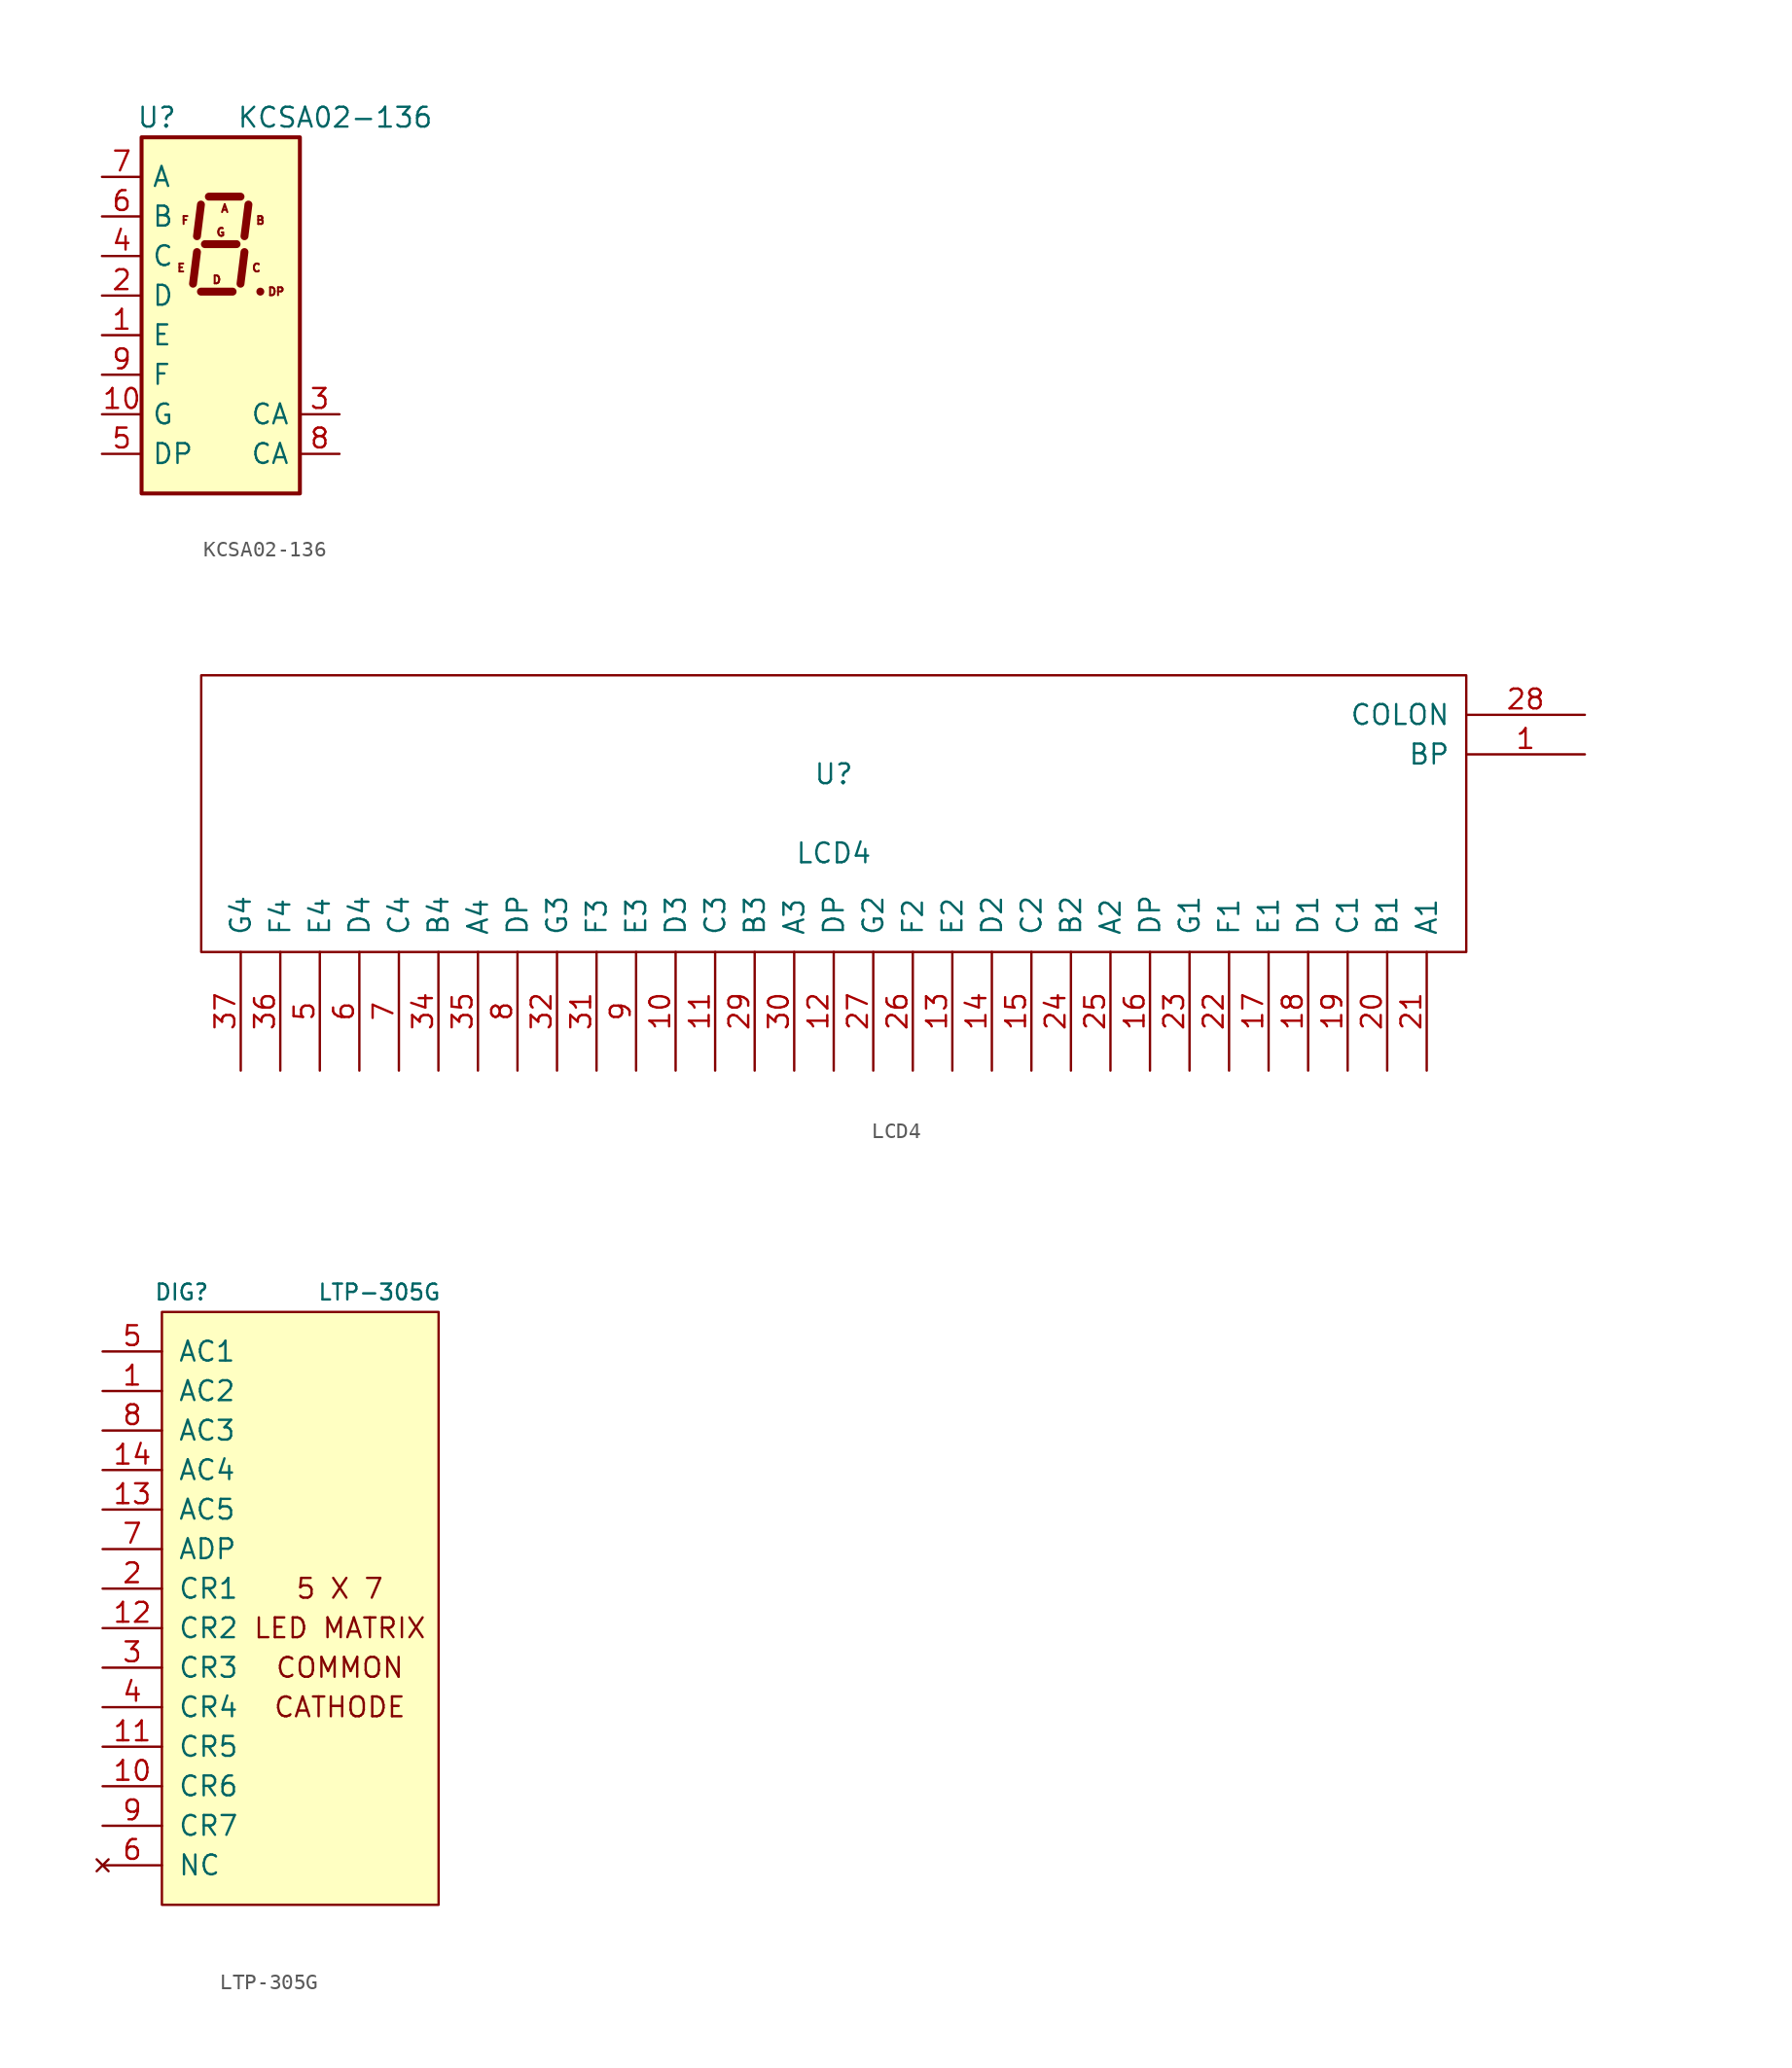
<source format=kicad_sym>
(kicad_symbol_lib
  (version 20231120)
  (generator "kicad_symbol_editor")
  (generator_version "8.0")
  (symbol "KCSA02-136"
    (pin_names
      (offset 0.635))
    (property "Reference" "U"
      (at -2.794 11.43 0)
      (effects (font (size 1.27 1.27)) (justify right)))
    (property "Value" "KCSA02-136"
      (at 1.016 11.43 0)
      (effects (font (size 1.27 1.27)) (justify left)))
    (symbol "KCSA02-136_0_0"
      (text "A" (at 0.254 5.588 0) (effects (font (size 0.508 0.508))))
      (text "B" (at 2.54 4.826 0) (effects (font (size 0.508 0.508))))
      (text "C" (at 2.286 1.778 0) (effects (font (size 0.508 0.508))))
      (text "D" (at -0.254 1.016 0) (effects (font (size 0.508 0.508))))
      (text "DP" (at 3.556 0.254 0) (effects (font (size 0.508 0.508))))
      (text "E" (at -2.54 1.778 0) (effects (font (size 0.508 0.508))))
      (text "F" (at -2.286 4.826 0) (effects (font (size 0.508 0.508))))
      (text "G" (at 0 4.064 0) (effects (font (size 0.508 0.508)))))
    (symbol "KCSA02-136_0_1"
      (rectangle (start -5.08 10.16) (end 5.08 -12.7) (stroke (width 0.254) (type default)) (fill (type background)))
      (polyline (pts (xy -1.524 2.794) (xy -1.778 0.762)) (stroke (width 0.508) (type default)) (fill (type none)))
      (polyline (pts (xy -1.27 0.254) (xy 0.762 0.254)) (stroke (width 0.508) (type default)) (fill (type none)))
      (polyline (pts (xy -1.27 5.842) (xy -1.524 3.81)) (stroke (width 0.508) (type default)) (fill (type none)))
      (polyline (pts (xy -1.016 3.302) (xy 1.016 3.302)) (stroke (width 0.508) (type default)) (fill (type none)))
      (polyline (pts (xy -0.762 6.35) (xy 1.27 6.35)) (stroke (width 0.508) (type default)) (fill (type none)))
      (polyline (pts (xy 1.524 2.794) (xy 1.27 0.762)) (stroke (width 0.508) (type default)) (fill (type none)))
      (polyline (pts (xy 1.778 5.842) (xy 1.524 3.81)) (stroke (width 0.508) (type default)) (fill (type none)))
      (polyline (pts (xy 2.54 0.254) (xy 2.54 0.254)) (stroke (width 0.508) (type default)) (fill (type none))))
    (symbol "KCSA02-136_1_1"
      (pin input line (at -7.62 -2.54 0) (length 2.54) (name "E" (effects (font (size 1.27 1.27)))) (number "1" (effects (font (size 1.27 1.27)))))
      (pin input line (at -7.62 -7.62 0) (length 2.54) (name "G" (effects (font (size 1.27 1.27)))) (number "10" (effects (font (size 1.27 1.27)))))
      (pin input line (at -7.62 0 0) (length 2.54) (name "D" (effects (font (size 1.27 1.27)))) (number "2" (effects (font (size 1.27 1.27)))))
      (pin input line (at 7.62 -7.62 180) (length 2.54) (name "CA" (effects (font (size 1.27 1.27)))) (number "3" (effects (font (size 1.27 1.27)))))
      (pin input line (at -7.62 2.54 0) (length 2.54) (name "C" (effects (font (size 1.27 1.27)))) (number "4" (effects (font (size 1.27 1.27)))))
      (pin input line (at -7.62 -10.16 0) (length 2.54) (name "DP" (effects (font (size 1.27 1.27)))) (number "5" (effects (font (size 1.27 1.27)))))
      (pin input line (at -7.62 5.08 0) (length 2.54) (name "B" (effects (font (size 1.27 1.27)))) (number "6" (effects (font (size 1.27 1.27)))))
      (pin input line (at -7.62 7.62 0) (length 2.54) (name "A" (effects (font (size 1.27 1.27)))) (number "7" (effects (font (size 1.27 1.27)))))
      (pin input line (at 7.62 -10.16 180) (length 2.54) (name "CA" (effects (font (size 1.27 1.27)))) (number "8" (effects (font (size 1.27 1.27)))))
      (pin input line (at -7.62 -5.08 0) (length 2.54) (name "F" (effects (font (size 1.27 1.27)))) (number "9" (effects (font (size 1.27 1.27)))))))
  (symbol "LCD4"
    (pin_names
      (offset 1.016))
    (property "Reference" "U"
      (at 0 2.54 0)
      (effects (font (size 1.27 1.27))))
    (property "Value" "LCD4"
      (at 0 -2.54 0)
      (effects (font (size 1.27 1.27))))
    (symbol "LCD4_0_1"
      (rectangle (start -40.64 -8.89) (end 40.64 8.89) (stroke (width 0) (type default)) (fill (type none))))
    (symbol "LCD4_1_1"
      (pin input line (at 48.26 3.81 180) (length 7.62) (name "BP" (effects (font (size 1.27 1.27)))) (number "1" (effects (font (size 1.27 1.27)))))
      (pin input line (at -10.16 -16.51 90) (length 7.62) (name "D3" (effects (font (size 1.27 1.27)))) (number "10" (effects (font (size 1.27 1.27)))))
      (pin input line (at -7.62 -16.51 90) (length 7.62) (name "C3" (effects (font (size 1.27 1.27)))) (number "11" (effects (font (size 1.27 1.27)))))
      (pin input line (at 0 -16.51 90) (length 7.62) (name "DP" (effects (font (size 1.27 1.27)))) (number "12" (effects (font (size 1.27 1.27)))))
      (pin input line (at 7.62 -16.51 90) (length 7.62) (name "E2" (effects (font (size 1.27 1.27)))) (number "13" (effects (font (size 1.27 1.27)))))
      (pin input line (at 10.16 -16.51 90) (length 7.62) (name "D2" (effects (font (size 1.27 1.27)))) (number "14" (effects (font (size 1.27 1.27)))))
      (pin input line (at 12.7 -16.51 90) (length 7.62) (name "C2" (effects (font (size 1.27 1.27)))) (number "15" (effects (font (size 1.27 1.27)))))
      (pin input line (at 20.32 -16.51 90) (length 7.62) (name "DP" (effects (font (size 1.27 1.27)))) (number "16" (effects (font (size 1.27 1.27)))))
      (pin input line (at 27.94 -16.51 90) (length 7.62) (name "E1" (effects (font (size 1.27 1.27)))) (number "17" (effects (font (size 1.27 1.27)))))
      (pin input line (at 30.48 -16.51 90) (length 7.62) (name "D1" (effects (font (size 1.27 1.27)))) (number "18" (effects (font (size 1.27 1.27)))))
      (pin input line (at 33.02 -16.51 90) (length 7.62) (name "C1" (effects (font (size 1.27 1.27)))) (number "19" (effects (font (size 1.27 1.27)))))
      (pin input line (at 35.56 -16.51 90) (length 7.62) (name "B1" (effects (font (size 1.27 1.27)))) (number "20" (effects (font (size 1.27 1.27)))))
      (pin input line (at 38.1 -16.51 90) (length 7.62) (name "A1" (effects (font (size 1.27 1.27)))) (number "21" (effects (font (size 1.27 1.27)))))
      (pin input line (at 25.4 -16.51 90) (length 7.62) (name "F1" (effects (font (size 1.27 1.27)))) (number "22" (effects (font (size 1.27 1.27)))))
      (pin input line (at 22.86 -16.51 90) (length 7.62) (name "G1" (effects (font (size 1.27 1.27)))) (number "23" (effects (font (size 1.27 1.27)))))
      (pin input line (at 15.24 -16.51 90) (length 7.62) (name "B2" (effects (font (size 1.27 1.27)))) (number "24" (effects (font (size 1.27 1.27)))))
      (pin input line (at 17.78 -16.51 90) (length 7.62) (name "A2" (effects (font (size 1.27 1.27)))) (number "25" (effects (font (size 1.27 1.27)))))
      (pin input line (at 5.08 -16.51 90) (length 7.62) (name "F2" (effects (font (size 1.27 1.27)))) (number "26" (effects (font (size 1.27 1.27)))))
      (pin input line (at 2.54 -16.51 90) (length 7.62) (name "G2" (effects (font (size 1.27 1.27)))) (number "27" (effects (font (size 1.27 1.27)))))
      (pin input line (at 48.26 6.35 180) (length 7.62) (name "COLON" (effects (font (size 1.27 1.27)))) (number "28" (effects (font (size 1.27 1.27)))))
      (pin input line (at -5.08 -16.51 90) (length 7.62) (name "B3" (effects (font (size 1.27 1.27)))) (number "29" (effects (font (size 1.27 1.27)))))
      (pin input line (at -2.54 -16.51 90) (length 7.62) (name "A3" (effects (font (size 1.27 1.27)))) (number "30" (effects (font (size 1.27 1.27)))))
      (pin input line (at -15.24 -16.51 90) (length 7.62) (name "F3" (effects (font (size 1.27 1.27)))) (number "31" (effects (font (size 1.27 1.27)))))
      (pin input line (at -17.78 -16.51 90) (length 7.62) (name "G3" (effects (font (size 1.27 1.27)))) (number "32" (effects (font (size 1.27 1.27)))))
      (pin input line (at -25.4 -16.51 90) (length 7.62) (name "B4" (effects (font (size 1.27 1.27)))) (number "34" (effects (font (size 1.27 1.27)))))
      (pin input line (at -22.86 -16.51 90) (length 7.62) (name "A4" (effects (font (size 1.27 1.27)))) (number "35" (effects (font (size 1.27 1.27)))))
      (pin input line (at -35.56 -16.51 90) (length 7.62) (name "F4" (effects (font (size 1.27 1.27)))) (number "36" (effects (font (size 1.27 1.27)))))
      (pin input line (at -38.1 -16.51 90) (length 7.62) (name "G4" (effects (font (size 1.27 1.27)))) (number "37" (effects (font (size 1.27 1.27)))))
      (pin input line (at -33.02 -16.51 90) (length 7.62) (name "E4" (effects (font (size 1.27 1.27)))) (number "5" (effects (font (size 1.27 1.27)))))
      (pin input line (at -30.48 -16.51 90) (length 7.62) (name "D4" (effects (font (size 1.27 1.27)))) (number "6" (effects (font (size 1.27 1.27)))))
      (pin input line (at -27.94 -16.51 90) (length 7.62) (name "C4" (effects (font (size 1.27 1.27)))) (number "7" (effects (font (size 1.27 1.27)))))
      (pin input line (at -20.32 -16.51 90) (length 7.62) (name "DP" (effects (font (size 1.27 1.27)))) (number "8" (effects (font (size 1.27 1.27)))))
      (pin input line (at -12.7 -16.51 90) (length 7.62) (name "E3" (effects (font (size 1.27 1.27)))) (number "9" (effects (font (size 1.27 1.27)))))))
  (symbol "LTP-305G"
    (pin_names
      (offset 1.016))
    (property "Reference" "DIG"
      (at -7.62 22.86 0)
      (effects (font (size 1.016 1.016))))
    (property "Value" "LTP-305G"
      (at 5.08 22.86 0)
      (effects (font (size 1.016 1.016))))
    (symbol "LTP-305G_0_0"
      (rectangle (start -8.89 -16.51) (end 8.89 21.59) (stroke (width 0) (type default)) (fill (type background)))
      (text "5 X 7" (at 2.54 3.81 0) (effects (font (size 1.27 1.27))))
      (text "CATHODE" (at 2.54 -3.81 0) (effects (font (size 1.27 1.27))))
      (text "COMMON" (at 2.54 -1.27 0) (effects (font (size 1.27 1.27))))
      (text "LED MATRIX" (at 2.54 1.27 0) (effects (font (size 1.27 1.27)))))
    (symbol "LTP-305G_0_1"
      (pin input line (at -12.7 16.51 0) (length 3.81) (name "AC2" (effects (font (size 1.27 1.27)))) (number "1" (effects (font (size 1.27 1.27)))))
      (pin input line (at -12.7 -8.89 0) (length 3.81) (name "CR6" (effects (font (size 1.27 1.27)))) (number "10" (effects (font (size 1.27 1.27)))))
      (pin input line (at -12.7 -6.35 0) (length 3.81) (name "CR5" (effects (font (size 1.27 1.27)))) (number "11" (effects (font (size 1.27 1.27)))))
      (pin input line (at -12.7 1.27 0) (length 3.81) (name "CR2" (effects (font (size 1.27 1.27)))) (number "12" (effects (font (size 1.27 1.27)))))
      (pin input line (at -12.7 8.89 0) (length 3.81) (name "AC5" (effects (font (size 1.27 1.27)))) (number "13" (effects (font (size 1.27 1.27)))))
      (pin input line (at -12.7 11.43 0) (length 3.81) (name "AC4" (effects (font (size 1.27 1.27)))) (number "14" (effects (font (size 1.27 1.27)))))
      (pin input line (at -12.7 3.81 0) (length 3.81) (name "CR1" (effects (font (size 1.27 1.27)))) (number "2" (effects (font (size 1.27 1.27)))))
      (pin input line (at -12.7 -1.27 0) (length 3.81) (name "CR3" (effects (font (size 1.27 1.27)))) (number "3" (effects (font (size 1.27 1.27)))))
      (pin input line (at -12.7 -3.81 0) (length 3.81) (name "CR4" (effects (font (size 1.27 1.27)))) (number "4" (effects (font (size 1.27 1.27)))))
      (pin input line (at -12.7 19.05 0) (length 3.81) (name "AC1" (effects (font (size 1.27 1.27)))) (number "5" (effects (font (size 1.27 1.27)))))
      (pin no_connect line (at -12.7 -13.97 0) (length 3.81) (name "NC" (effects (font (size 1.27 1.27)))) (number "6" (effects (font (size 1.27 1.27)))))
      (pin input line (at -12.7 6.35 0) (length 3.81) (name "ADP" (effects (font (size 1.27 1.27)))) (number "7" (effects (font (size 1.27 1.27)))))
      (pin input line (at -12.7 13.97 0) (length 3.81) (name "AC3" (effects (font (size 1.27 1.27)))) (number "8" (effects (font (size 1.27 1.27)))))
      (pin input line (at -12.7 -11.43 0) (length 3.81) (name "CR7" (effects (font (size 1.27 1.27)))) (number "9" (effects (font (size 1.27 1.27))))))))
</source>
